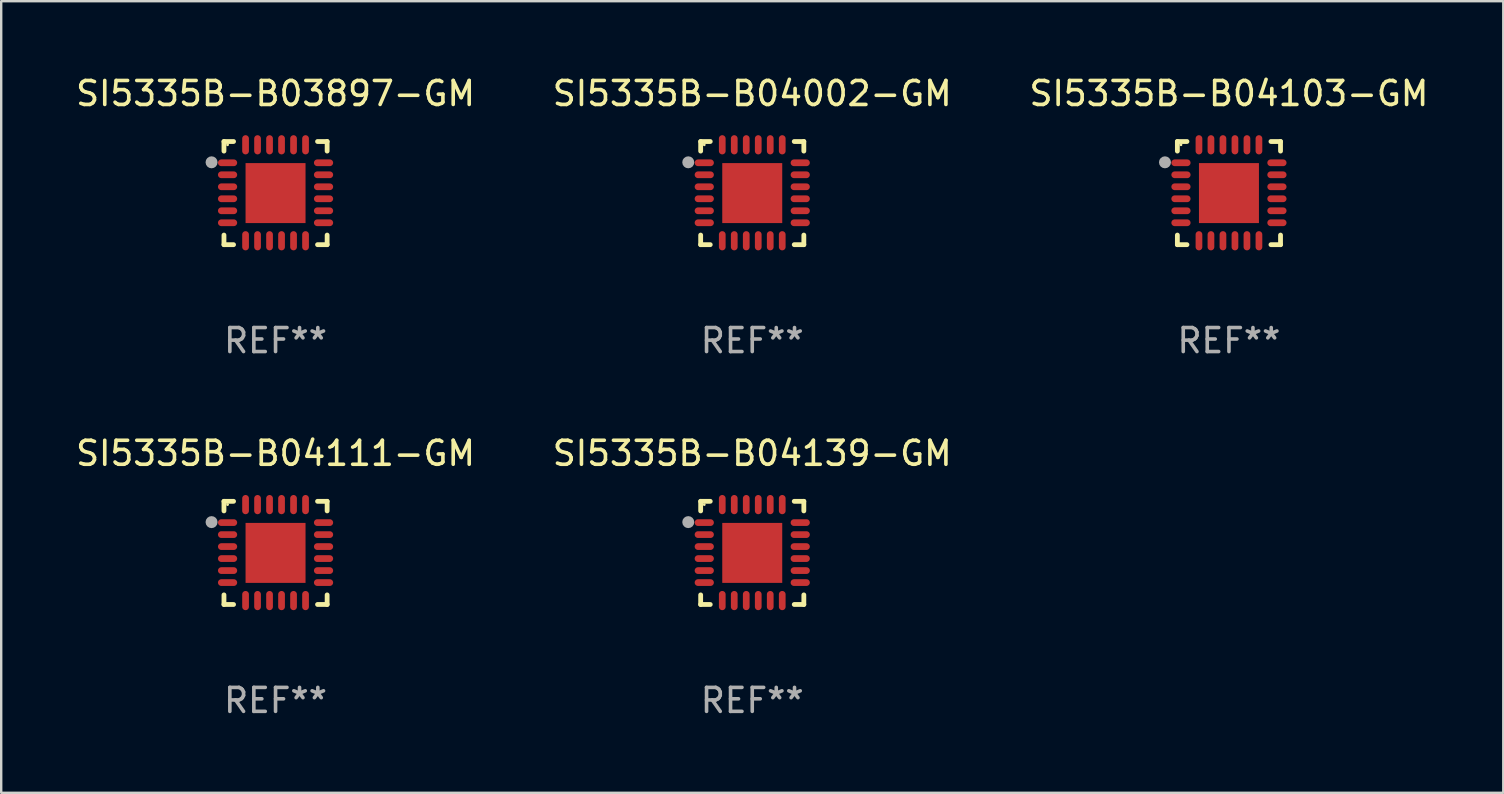
<source format=kicad_pcb>
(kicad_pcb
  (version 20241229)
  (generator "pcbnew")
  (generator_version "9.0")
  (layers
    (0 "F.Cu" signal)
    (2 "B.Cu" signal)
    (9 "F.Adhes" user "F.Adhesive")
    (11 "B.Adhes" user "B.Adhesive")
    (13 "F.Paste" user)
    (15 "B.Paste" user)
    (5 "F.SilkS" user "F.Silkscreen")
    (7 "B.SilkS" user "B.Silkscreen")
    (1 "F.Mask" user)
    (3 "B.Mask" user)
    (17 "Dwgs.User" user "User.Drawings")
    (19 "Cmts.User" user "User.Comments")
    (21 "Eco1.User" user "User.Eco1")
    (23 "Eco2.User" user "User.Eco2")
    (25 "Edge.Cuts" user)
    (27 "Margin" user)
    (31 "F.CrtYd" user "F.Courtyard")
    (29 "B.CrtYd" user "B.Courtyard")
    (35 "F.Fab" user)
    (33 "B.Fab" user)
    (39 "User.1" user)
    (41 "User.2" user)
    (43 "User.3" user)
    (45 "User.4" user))
  (footprint "SI5335B-B04002-GM"
    (layer "F.Cu")
    (at 28.304 4.998)
    (property "Reference" "SI5335B-B04002-GM" (at 0 -4.15 0) (layer "F.SilkS") (effects (font (size 1 1) (thickness 0.15))))
    (attr through_hole)
    (fp_line (start -2.15 -2.15) (end -1.75 -2.15) (stroke (width 0.2) (type solid)) (layer "F.SilkS"))
    (fp_line (start -2.15 -1.75) (end -2.15 -2.15) (stroke (width 0.2) (type solid)) (layer "F.SilkS"))
    (fp_line (start -2.15 2.15) (end -2.15 1.75) (stroke (width 0.2) (type solid)) (layer "F.SilkS"))
    (fp_line (start -1.75 2.15) (end -2.15 2.15) (stroke (width 0.2) (type solid)) (layer "F.SilkS"))
    (fp_line (start 1.75 -2.15) (end 2.15 -2.15) (stroke (width 0.2) (type solid)) (layer "F.SilkS"))
    (fp_line (start 1.75 2.15) (end 2.15 2.15) (stroke (width 0.2) (type solid)) (layer "F.SilkS"))
    (fp_line (start 2.15 -2.15) (end 2.15 -1.75) (stroke (width 0.2) (type solid)) (layer "F.SilkS"))
    (fp_line (start 2.15 2.15) (end 2.15 1.75) (stroke (width 0.2) (type solid)) (layer "F.SilkS"))
    (fp_circle (center -2 -2.013) (end -1.97 -2.013) (stroke (width 0.06) (type solid)) (fill no) (layer "F.SilkS"))
    (fp_circle (center -2.667 -1.283) (end -2.542 -1.283) (stroke (width 0.25) (type solid)) (fill no) (layer "F.Fab"))
    (fp_text user "REF**" (at 0 6.15 0) (layer "F.Fab") (effects (font (size 1 1) (thickness 0.15))))
    (pad "1" smd oval (at -2 -1.263) (size 0.8 0.28) (layers "F.Cu" "F.Mask" "F.Paste"))
    (pad "2" smd oval (at -2 -0.763) (size 0.8 0.28) (layers "F.Cu" "F.Mask" "F.Paste"))
    (pad "3" smd oval (at -2 -0.263) (size 0.8 0.28) (layers "F.Cu" "F.Mask" "F.Paste"))
    (pad "4" smd oval (at -2 0.237) (size 0.8 0.28) (layers "F.Cu" "F.Mask" "F.Paste"))
    (pad "5" smd oval (at -2 0.737) (size 0.8 0.28) (layers "F.Cu" "F.Mask" "F.Paste"))
    (pad "6" smd oval (at -2 1.237) (size 0.8 0.28) (layers "F.Cu" "F.Mask" "F.Paste"))
    (pad "7" smd oval (at -1.25 1.987) (size 0.28 0.8) (layers "F.Cu" "F.Mask" "F.Paste"))
    (pad "8" smd oval (at -0.75 1.987) (size 0.28 0.8) (layers "F.Cu" "F.Mask" "F.Paste"))
    (pad "9" smd oval (at -0.25 1.987) (size 0.28 0.8) (layers "F.Cu" "F.Mask" "F.Paste"))
    (pad "10" smd oval (at 0.25 1.987) (size 0.28 0.8) (layers "F.Cu" "F.Mask" "F.Paste"))
    (pad "11" smd oval (at 0.75 1.987) (size 0.28 0.8) (layers "F.Cu" "F.Mask" "F.Paste"))
    (pad "12" smd oval (at 1.25 1.987) (size 0.28 0.8) (layers "F.Cu" "F.Mask" "F.Paste"))
    (pad "13" smd oval (at 2 1.237) (size 0.8 0.28) (layers "F.Cu" "F.Mask" "F.Paste"))
    (pad "14" smd oval (at 2 0.737) (size 0.8 0.28) (layers "F.Cu" "F.Mask" "F.Paste"))
    (pad "15" smd oval (at 2 0.237) (size 0.8 0.28) (layers "F.Cu" "F.Mask" "F.Paste"))
    (pad "16" smd oval (at 2 -0.263) (size 0.8 0.28) (layers "F.Cu" "F.Mask" "F.Paste"))
    (pad "17" smd oval (at 2 -0.763) (size 0.8 0.28) (layers "F.Cu" "F.Mask" "F.Paste"))
    (pad "18" smd oval (at 2 -1.263) (size 0.8 0.28) (layers "F.Cu" "F.Mask" "F.Paste"))
    (pad "19" smd oval (at 1.25 -2.013) (size 0.28 0.8) (layers "F.Cu" "F.Mask" "F.Paste"))
    (pad "20" smd oval (at 0.75 -2.013) (size 0.28 0.8) (layers "F.Cu" "F.Mask" "F.Paste"))
    (pad "21" smd oval (at 0.25 -2.013) (size 0.28 0.8) (layers "F.Cu" "F.Mask" "F.Paste"))
    (pad "22" smd oval (at -0.25 -2.013) (size 0.28 0.8) (layers "F.Cu" "F.Mask" "F.Paste"))
    (pad "23" smd oval (at -0.75 -2.013) (size 0.28 0.8) (layers "F.Cu" "F.Mask" "F.Paste"))
    (pad "24" smd oval (at -1.25 -2.013) (size 0.28 0.8) (layers "F.Cu" "F.Mask" "F.Paste"))
    (pad "25" smd rect (at -0.000127 -0.00014) (size 2.5 2.5) (layers "F.Cu" "F.Mask" "F.Paste")))
  (footprint "SI5335B-B04139-GM"
    (layer "F.Cu")
    (at 28.304 19.995)
    (property "Reference" "SI5335B-B04139-GM" (at 0 -4.15 0) (layer "F.SilkS") (effects (font (size 1 1) (thickness 0.15))))
    (attr through_hole)
    (fp_line (start -2.15 -2.15) (end -1.75 -2.15) (stroke (width 0.2) (type solid)) (layer "F.SilkS"))
    (fp_line (start -2.15 -1.75) (end -2.15 -2.15) (stroke (width 0.2) (type solid)) (layer "F.SilkS"))
    (fp_line (start -2.15 2.15) (end -2.15 1.75) (stroke (width 0.2) (type solid)) (layer "F.SilkS"))
    (fp_line (start -1.75 2.15) (end -2.15 2.15) (stroke (width 0.2) (type solid)) (layer "F.SilkS"))
    (fp_line (start 1.75 -2.15) (end 2.15 -2.15) (stroke (width 0.2) (type solid)) (layer "F.SilkS"))
    (fp_line (start 1.75 2.15) (end 2.15 2.15) (stroke (width 0.2) (type solid)) (layer "F.SilkS"))
    (fp_line (start 2.15 -2.15) (end 2.15 -1.75) (stroke (width 0.2) (type solid)) (layer "F.SilkS"))
    (fp_line (start 2.15 2.15) (end 2.15 1.75) (stroke (width 0.2) (type solid)) (layer "F.SilkS"))
    (fp_circle (center -2 -2.013) (end -1.97 -2.013) (stroke (width 0.06) (type solid)) (fill no) (layer "F.SilkS"))
    (fp_circle (center -2.667 -1.283) (end -2.542 -1.283) (stroke (width 0.25) (type solid)) (fill no) (layer "F.Fab"))
    (fp_text user "REF**" (at 0 6.15 0) (layer "F.Fab") (effects (font (size 1 1) (thickness 0.15))))
    (pad "1" smd oval (at -2 -1.263) (size 0.8 0.28) (layers "F.Cu" "F.Mask" "F.Paste"))
    (pad "2" smd oval (at -2 -0.763) (size 0.8 0.28) (layers "F.Cu" "F.Mask" "F.Paste"))
    (pad "3" smd oval (at -2 -0.263) (size 0.8 0.28) (layers "F.Cu" "F.Mask" "F.Paste"))
    (pad "4" smd oval (at -2 0.237) (size 0.8 0.28) (layers "F.Cu" "F.Mask" "F.Paste"))
    (pad "5" smd oval (at -2 0.737) (size 0.8 0.28) (layers "F.Cu" "F.Mask" "F.Paste"))
    (pad "6" smd oval (at -2 1.237) (size 0.8 0.28) (layers "F.Cu" "F.Mask" "F.Paste"))
    (pad "7" smd oval (at -1.25 1.987) (size 0.28 0.8) (layers "F.Cu" "F.Mask" "F.Paste"))
    (pad "8" smd oval (at -0.75 1.987) (size 0.28 0.8) (layers "F.Cu" "F.Mask" "F.Paste"))
    (pad "9" smd oval (at -0.25 1.987) (size 0.28 0.8) (layers "F.Cu" "F.Mask" "F.Paste"))
    (pad "10" smd oval (at 0.25 1.987) (size 0.28 0.8) (layers "F.Cu" "F.Mask" "F.Paste"))
    (pad "11" smd oval (at 0.75 1.987) (size 0.28 0.8) (layers "F.Cu" "F.Mask" "F.Paste"))
    (pad "12" smd oval (at 1.25 1.987) (size 0.28 0.8) (layers "F.Cu" "F.Mask" "F.Paste"))
    (pad "13" smd oval (at 2 1.237) (size 0.8 0.28) (layers "F.Cu" "F.Mask" "F.Paste"))
    (pad "14" smd oval (at 2 0.737) (size 0.8 0.28) (layers "F.Cu" "F.Mask" "F.Paste"))
    (pad "15" smd oval (at 2 0.237) (size 0.8 0.28) (layers "F.Cu" "F.Mask" "F.Paste"))
    (pad "16" smd oval (at 2 -0.263) (size 0.8 0.28) (layers "F.Cu" "F.Mask" "F.Paste"))
    (pad "17" smd oval (at 2 -0.763) (size 0.8 0.28) (layers "F.Cu" "F.Mask" "F.Paste"))
    (pad "18" smd oval (at 2 -1.263) (size 0.8 0.28) (layers "F.Cu" "F.Mask" "F.Paste"))
    (pad "19" smd oval (at 1.25 -2.013) (size 0.28 0.8) (layers "F.Cu" "F.Mask" "F.Paste"))
    (pad "20" smd oval (at 0.75 -2.013) (size 0.28 0.8) (layers "F.Cu" "F.Mask" "F.Paste"))
    (pad "21" smd oval (at 0.25 -2.013) (size 0.28 0.8) (layers "F.Cu" "F.Mask" "F.Paste"))
    (pad "22" smd oval (at -0.25 -2.013) (size 0.28 0.8) (layers "F.Cu" "F.Mask" "F.Paste"))
    (pad "23" smd oval (at -0.75 -2.013) (size 0.28 0.8) (layers "F.Cu" "F.Mask" "F.Paste"))
    (pad "24" smd oval (at -1.25 -2.013) (size 0.28 0.8) (layers "F.Cu" "F.Mask" "F.Paste"))
    (pad "25" smd rect (at -0.000127 -0.00014) (size 2.5 2.5) (layers "F.Cu" "F.Mask" "F.Paste")))
  (footprint "SI5335B-B04111-GM"
    (layer "F.Cu")
    (at 8.435 19.995)
    (property "Reference" "SI5335B-B04111-GM" (at 0 -4.15 0) (layer "F.SilkS") (effects (font (size 1 1) (thickness 0.15))))
    (attr through_hole)
    (fp_line (start -2.15 -2.15) (end -1.75 -2.15) (stroke (width 0.2) (type solid)) (layer "F.SilkS"))
    (fp_line (start -2.15 -1.75) (end -2.15 -2.15) (stroke (width 0.2) (type solid)) (layer "F.SilkS"))
    (fp_line (start -2.15 2.15) (end -2.15 1.75) (stroke (width 0.2) (type solid)) (layer "F.SilkS"))
    (fp_line (start -1.75 2.15) (end -2.15 2.15) (stroke (width 0.2) (type solid)) (layer "F.SilkS"))
    (fp_line (start 1.75 -2.15) (end 2.15 -2.15) (stroke (width 0.2) (type solid)) (layer "F.SilkS"))
    (fp_line (start 1.75 2.15) (end 2.15 2.15) (stroke (width 0.2) (type solid)) (layer "F.SilkS"))
    (fp_line (start 2.15 -2.15) (end 2.15 -1.75) (stroke (width 0.2) (type solid)) (layer "F.SilkS"))
    (fp_line (start 2.15 2.15) (end 2.15 1.75) (stroke (width 0.2) (type solid)) (layer "F.SilkS"))
    (fp_circle (center -2 -2.013) (end -1.97 -2.013) (stroke (width 0.06) (type solid)) (fill no) (layer "F.SilkS"))
    (fp_circle (center -2.667 -1.283) (end -2.542 -1.283) (stroke (width 0.25) (type solid)) (fill no) (layer "F.Fab"))
    (fp_text user "REF**" (at 0 6.15 0) (layer "F.Fab") (effects (font (size 1 1) (thickness 0.15))))
    (pad "1" smd oval (at -2 -1.263) (size 0.8 0.28) (layers "F.Cu" "F.Mask" "F.Paste"))
    (pad "2" smd oval (at -2 -0.763) (size 0.8 0.28) (layers "F.Cu" "F.Mask" "F.Paste"))
    (pad "3" smd oval (at -2 -0.263) (size 0.8 0.28) (layers "F.Cu" "F.Mask" "F.Paste"))
    (pad "4" smd oval (at -2 0.237) (size 0.8 0.28) (layers "F.Cu" "F.Mask" "F.Paste"))
    (pad "5" smd oval (at -2 0.737) (size 0.8 0.28) (layers "F.Cu" "F.Mask" "F.Paste"))
    (pad "6" smd oval (at -2 1.237) (size 0.8 0.28) (layers "F.Cu" "F.Mask" "F.Paste"))
    (pad "7" smd oval (at -1.25 1.987) (size 0.28 0.8) (layers "F.Cu" "F.Mask" "F.Paste"))
    (pad "8" smd oval (at -0.75 1.987) (size 0.28 0.8) (layers "F.Cu" "F.Mask" "F.Paste"))
    (pad "9" smd oval (at -0.25 1.987) (size 0.28 0.8) (layers "F.Cu" "F.Mask" "F.Paste"))
    (pad "10" smd oval (at 0.25 1.987) (size 0.28 0.8) (layers "F.Cu" "F.Mask" "F.Paste"))
    (pad "11" smd oval (at 0.75 1.987) (size 0.28 0.8) (layers "F.Cu" "F.Mask" "F.Paste"))
    (pad "12" smd oval (at 1.25 1.987) (size 0.28 0.8) (layers "F.Cu" "F.Mask" "F.Paste"))
    (pad "13" smd oval (at 2 1.237) (size 0.8 0.28) (layers "F.Cu" "F.Mask" "F.Paste"))
    (pad "14" smd oval (at 2 0.737) (size 0.8 0.28) (layers "F.Cu" "F.Mask" "F.Paste"))
    (pad "15" smd oval (at 2 0.237) (size 0.8 0.28) (layers "F.Cu" "F.Mask" "F.Paste"))
    (pad "16" smd oval (at 2 -0.263) (size 0.8 0.28) (layers "F.Cu" "F.Mask" "F.Paste"))
    (pad "17" smd oval (at 2 -0.763) (size 0.8 0.28) (layers "F.Cu" "F.Mask" "F.Paste"))
    (pad "18" smd oval (at 2 -1.263) (size 0.8 0.28) (layers "F.Cu" "F.Mask" "F.Paste"))
    (pad "19" smd oval (at 1.25 -2.013) (size 0.28 0.8) (layers "F.Cu" "F.Mask" "F.Paste"))
    (pad "20" smd oval (at 0.75 -2.013) (size 0.28 0.8) (layers "F.Cu" "F.Mask" "F.Paste"))
    (pad "21" smd oval (at 0.25 -2.013) (size 0.28 0.8) (layers "F.Cu" "F.Mask" "F.Paste"))
    (pad "22" smd oval (at -0.25 -2.013) (size 0.28 0.8) (layers "F.Cu" "F.Mask" "F.Paste"))
    (pad "23" smd oval (at -0.75 -2.013) (size 0.28 0.8) (layers "F.Cu" "F.Mask" "F.Paste"))
    (pad "24" smd oval (at -1.25 -2.013) (size 0.28 0.8) (layers "F.Cu" "F.Mask" "F.Paste"))
    (pad "25" smd rect (at -0.000127 -0.00014) (size 2.5 2.5) (layers "F.Cu" "F.Mask" "F.Paste")))
  (footprint "SI5335B-B03897-GM"
    (layer "F.Cu")
    (at 8.435 4.998)
    (property "Reference" "SI5335B-B03897-GM" (at 0 -4.15 0) (layer "F.SilkS") (effects (font (size 1 1) (thickness 0.15))))
    (attr through_hole)
    (fp_line (start -2.15 -2.15) (end -1.75 -2.15) (stroke (width 0.2) (type solid)) (layer "F.SilkS"))
    (fp_line (start -2.15 -1.75) (end -2.15 -2.15) (stroke (width 0.2) (type solid)) (layer "F.SilkS"))
    (fp_line (start -2.15 2.15) (end -2.15 1.75) (stroke (width 0.2) (type solid)) (layer "F.SilkS"))
    (fp_line (start -1.75 2.15) (end -2.15 2.15) (stroke (width 0.2) (type solid)) (layer "F.SilkS"))
    (fp_line (start 1.75 -2.15) (end 2.15 -2.15) (stroke (width 0.2) (type solid)) (layer "F.SilkS"))
    (fp_line (start 1.75 2.15) (end 2.15 2.15) (stroke (width 0.2) (type solid)) (layer "F.SilkS"))
    (fp_line (start 2.15 -2.15) (end 2.15 -1.75) (stroke (width 0.2) (type solid)) (layer "F.SilkS"))
    (fp_line (start 2.15 2.15) (end 2.15 1.75) (stroke (width 0.2) (type solid)) (layer "F.SilkS"))
    (fp_circle (center -2 -2.013) (end -1.97 -2.013) (stroke (width 0.06) (type solid)) (fill no) (layer "F.SilkS"))
    (fp_circle (center -2.667 -1.283) (end -2.542 -1.283) (stroke (width 0.25) (type solid)) (fill no) (layer "F.Fab"))
    (fp_text user "REF**" (at 0 6.15 0) (layer "F.Fab") (effects (font (size 1 1) (thickness 0.15))))
    (pad "1" smd oval (at -2 -1.263) (size 0.8 0.28) (layers "F.Cu" "F.Mask" "F.Paste"))
    (pad "2" smd oval (at -2 -0.763) (size 0.8 0.28) (layers "F.Cu" "F.Mask" "F.Paste"))
    (pad "3" smd oval (at -2 -0.263) (size 0.8 0.28) (layers "F.Cu" "F.Mask" "F.Paste"))
    (pad "4" smd oval (at -2 0.237) (size 0.8 0.28) (layers "F.Cu" "F.Mask" "F.Paste"))
    (pad "5" smd oval (at -2 0.737) (size 0.8 0.28) (layers "F.Cu" "F.Mask" "F.Paste"))
    (pad "6" smd oval (at -2 1.237) (size 0.8 0.28) (layers "F.Cu" "F.Mask" "F.Paste"))
    (pad "7" smd oval (at -1.25 1.987) (size 0.28 0.8) (layers "F.Cu" "F.Mask" "F.Paste"))
    (pad "8" smd oval (at -0.75 1.987) (size 0.28 0.8) (layers "F.Cu" "F.Mask" "F.Paste"))
    (pad "9" smd oval (at -0.25 1.987) (size 0.28 0.8) (layers "F.Cu" "F.Mask" "F.Paste"))
    (pad "10" smd oval (at 0.25 1.987) (size 0.28 0.8) (layers "F.Cu" "F.Mask" "F.Paste"))
    (pad "11" smd oval (at 0.75 1.987) (size 0.28 0.8) (layers "F.Cu" "F.Mask" "F.Paste"))
    (pad "12" smd oval (at 1.25 1.987) (size 0.28 0.8) (layers "F.Cu" "F.Mask" "F.Paste"))
    (pad "13" smd oval (at 2 1.237) (size 0.8 0.28) (layers "F.Cu" "F.Mask" "F.Paste"))
    (pad "14" smd oval (at 2 0.737) (size 0.8 0.28) (layers "F.Cu" "F.Mask" "F.Paste"))
    (pad "15" smd oval (at 2 0.237) (size 0.8 0.28) (layers "F.Cu" "F.Mask" "F.Paste"))
    (pad "16" smd oval (at 2 -0.263) (size 0.8 0.28) (layers "F.Cu" "F.Mask" "F.Paste"))
    (pad "17" smd oval (at 2 -0.763) (size 0.8 0.28) (layers "F.Cu" "F.Mask" "F.Paste"))
    (pad "18" smd oval (at 2 -1.263) (size 0.8 0.28) (layers "F.Cu" "F.Mask" "F.Paste"))
    (pad "19" smd oval (at 1.25 -2.013) (size 0.28 0.8) (layers "F.Cu" "F.Mask" "F.Paste"))
    (pad "20" smd oval (at 0.75 -2.013) (size 0.28 0.8) (layers "F.Cu" "F.Mask" "F.Paste"))
    (pad "21" smd oval (at 0.25 -2.013) (size 0.28 0.8) (layers "F.Cu" "F.Mask" "F.Paste"))
    (pad "22" smd oval (at -0.25 -2.013) (size 0.28 0.8) (layers "F.Cu" "F.Mask" "F.Paste"))
    (pad "23" smd oval (at -0.75 -2.013) (size 0.28 0.8) (layers "F.Cu" "F.Mask" "F.Paste"))
    (pad "24" smd oval (at -1.25 -2.013) (size 0.28 0.8) (layers "F.Cu" "F.Mask" "F.Paste"))
    (pad "25" smd rect (at -0.000127 -0.00014) (size 2.5 2.5) (layers "F.Cu" "F.Mask" "F.Paste")))
  (footprint "SI5335B-B04103-GM"
    (layer "F.Cu")
    (at 48.173 4.998)
    (property "Reference" "SI5335B-B04103-GM" (at 0 -4.15 0) (layer "F.SilkS") (effects (font (size 1 1) (thickness 0.15))))
    (attr through_hole)
    (fp_line (start -2.15 -2.15) (end -1.75 -2.15) (stroke (width 0.2) (type solid)) (layer "F.SilkS"))
    (fp_line (start -2.15 -1.75) (end -2.15 -2.15) (stroke (width 0.2) (type solid)) (layer "F.SilkS"))
    (fp_line (start -2.15 2.15) (end -2.15 1.75) (stroke (width 0.2) (type solid)) (layer "F.SilkS"))
    (fp_line (start -1.75 2.15) (end -2.15 2.15) (stroke (width 0.2) (type solid)) (layer "F.SilkS"))
    (fp_line (start 1.75 -2.15) (end 2.15 -2.15) (stroke (width 0.2) (type solid)) (layer "F.SilkS"))
    (fp_line (start 1.75 2.15) (end 2.15 2.15) (stroke (width 0.2) (type solid)) (layer "F.SilkS"))
    (fp_line (start 2.15 -2.15) (end 2.15 -1.75) (stroke (width 0.2) (type solid)) (layer "F.SilkS"))
    (fp_line (start 2.15 2.15) (end 2.15 1.75) (stroke (width 0.2) (type solid)) (layer "F.SilkS"))
    (fp_circle (center -2 -2.013) (end -1.97 -2.013) (stroke (width 0.06) (type solid)) (fill no) (layer "F.SilkS"))
    (fp_circle (center -2.667 -1.283) (end -2.542 -1.283) (stroke (width 0.25) (type solid)) (fill no) (layer "F.Fab"))
    (fp_text user "REF**" (at 0 6.15 0) (layer "F.Fab") (effects (font (size 1 1) (thickness 0.15))))
    (pad "1" smd oval (at -2 -1.263) (size 0.8 0.28) (layers "F.Cu" "F.Mask" "F.Paste"))
    (pad "2" smd oval (at -2 -0.763) (size 0.8 0.28) (layers "F.Cu" "F.Mask" "F.Paste"))
    (pad "3" smd oval (at -2 -0.263) (size 0.8 0.28) (layers "F.Cu" "F.Mask" "F.Paste"))
    (pad "4" smd oval (at -2 0.237) (size 0.8 0.28) (layers "F.Cu" "F.Mask" "F.Paste"))
    (pad "5" smd oval (at -2 0.737) (size 0.8 0.28) (layers "F.Cu" "F.Mask" "F.Paste"))
    (pad "6" smd oval (at -2 1.237) (size 0.8 0.28) (layers "F.Cu" "F.Mask" "F.Paste"))
    (pad "7" smd oval (at -1.25 1.987) (size 0.28 0.8) (layers "F.Cu" "F.Mask" "F.Paste"))
    (pad "8" smd oval (at -0.75 1.987) (size 0.28 0.8) (layers "F.Cu" "F.Mask" "F.Paste"))
    (pad "9" smd oval (at -0.25 1.987) (size 0.28 0.8) (layers "F.Cu" "F.Mask" "F.Paste"))
    (pad "10" smd oval (at 0.25 1.987) (size 0.28 0.8) (layers "F.Cu" "F.Mask" "F.Paste"))
    (pad "11" smd oval (at 0.75 1.987) (size 0.28 0.8) (layers "F.Cu" "F.Mask" "F.Paste"))
    (pad "12" smd oval (at 1.25 1.987) (size 0.28 0.8) (layers "F.Cu" "F.Mask" "F.Paste"))
    (pad "13" smd oval (at 2 1.237) (size 0.8 0.28) (layers "F.Cu" "F.Mask" "F.Paste"))
    (pad "14" smd oval (at 2 0.737) (size 0.8 0.28) (layers "F.Cu" "F.Mask" "F.Paste"))
    (pad "15" smd oval (at 2 0.237) (size 0.8 0.28) (layers "F.Cu" "F.Mask" "F.Paste"))
    (pad "16" smd oval (at 2 -0.263) (size 0.8 0.28) (layers "F.Cu" "F.Mask" "F.Paste"))
    (pad "17" smd oval (at 2 -0.763) (size 0.8 0.28) (layers "F.Cu" "F.Mask" "F.Paste"))
    (pad "18" smd oval (at 2 -1.263) (size 0.8 0.28) (layers "F.Cu" "F.Mask" "F.Paste"))
    (pad "19" smd oval (at 1.25 -2.013) (size 0.28 0.8) (layers "F.Cu" "F.Mask" "F.Paste"))
    (pad "20" smd oval (at 0.75 -2.013) (size 0.28 0.8) (layers "F.Cu" "F.Mask" "F.Paste"))
    (pad "21" smd oval (at 0.25 -2.013) (size 0.28 0.8) (layers "F.Cu" "F.Mask" "F.Paste"))
    (pad "22" smd oval (at -0.25 -2.013) (size 0.28 0.8) (layers "F.Cu" "F.Mask" "F.Paste"))
    (pad "23" smd oval (at -0.75 -2.013) (size 0.28 0.8) (layers "F.Cu" "F.Mask" "F.Paste"))
    (pad "24" smd oval (at -1.25 -2.013) (size 0.28 0.8) (layers "F.Cu" "F.Mask" "F.Paste"))
    (pad "25" smd rect (at -0.000127 -0.00014) (size 2.5 2.5) (layers "F.Cu" "F.Mask" "F.Paste")))
  (gr_rect
    (start -3 -3)
    (end 59.607 29.993)
    (stroke (width 0.1) (type default))
    (fill no)
    (layer "Edge.Cuts")))
</source>
